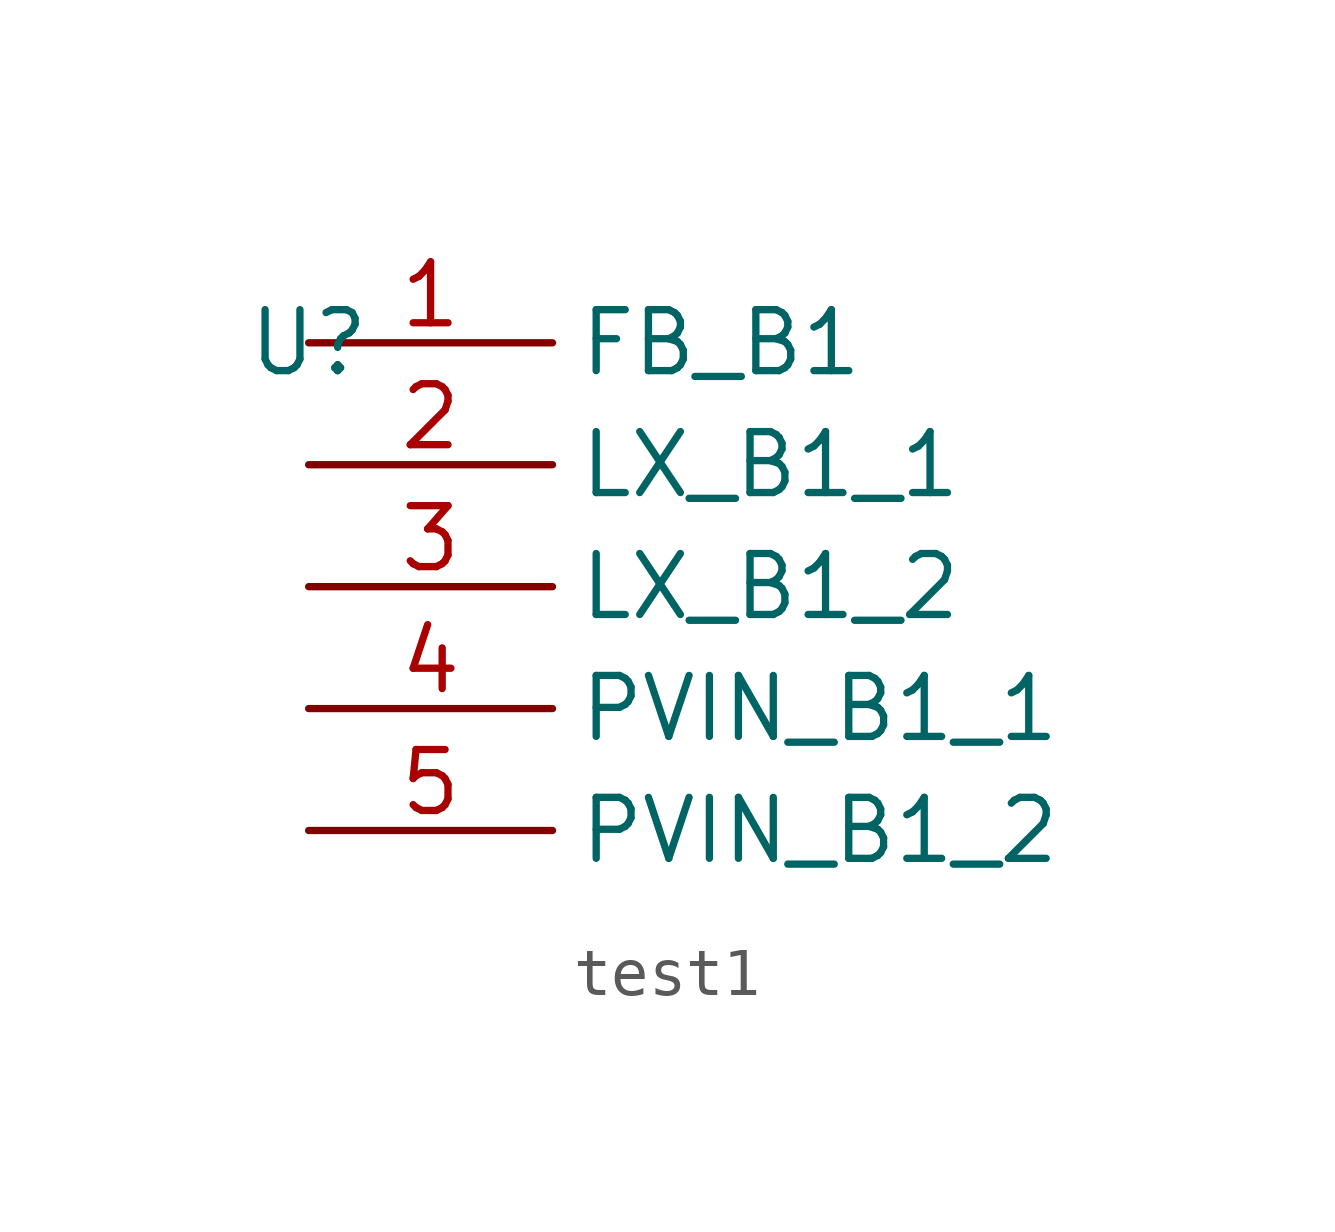
<source format=kicad_sym>
(kicad_symbol_lib
  (version 20220914)
  (generator kicad_symbol_editor)
  (symbol "test1"
    (property "Reference" "U"
      (at 0 0 0)
      (effects (font (size 1.27 1.27))))
    (property "Value" ""
      (at 0 0 0)
      (effects (font (size 1.27 1.27))))
    (symbol "test1_0_0"
      (pin unspecified line (at 0 0 0) (length 5.08) (name "FB_B1" (effects (font (size 1.27 1.27)))) (number "1" (effects (font (size 1.27 1.27)))))
      (pin unspecified line (at 0 -2.54 0) (length 5.08) (name "LX_B1_1" (effects (font (size 1.27 1.27)))) (number "2" (effects (font (size 1.27 1.27)))))
      (pin unspecified line (at 0 -5.08 0) (length 5.08) (name "LX_B1_2" (effects (font (size 1.27 1.27)))) (number "3" (effects (font (size 1.27 1.27)))))
      (pin unspecified line (at 0 -7.62 0) (length 5.08) (name "PVIN_B1_1" (effects (font (size 1.27 1.27)))) (number "4" (effects (font (size 1.27 1.27)))))
      (pin unspecified line (at 0 -10.16 0) (length 5.08) (name "PVIN_B1_2" (effects (font (size 1.27 1.27)))) (number "5" (effects (font (size 1.27 1.27))))))))
</source>
